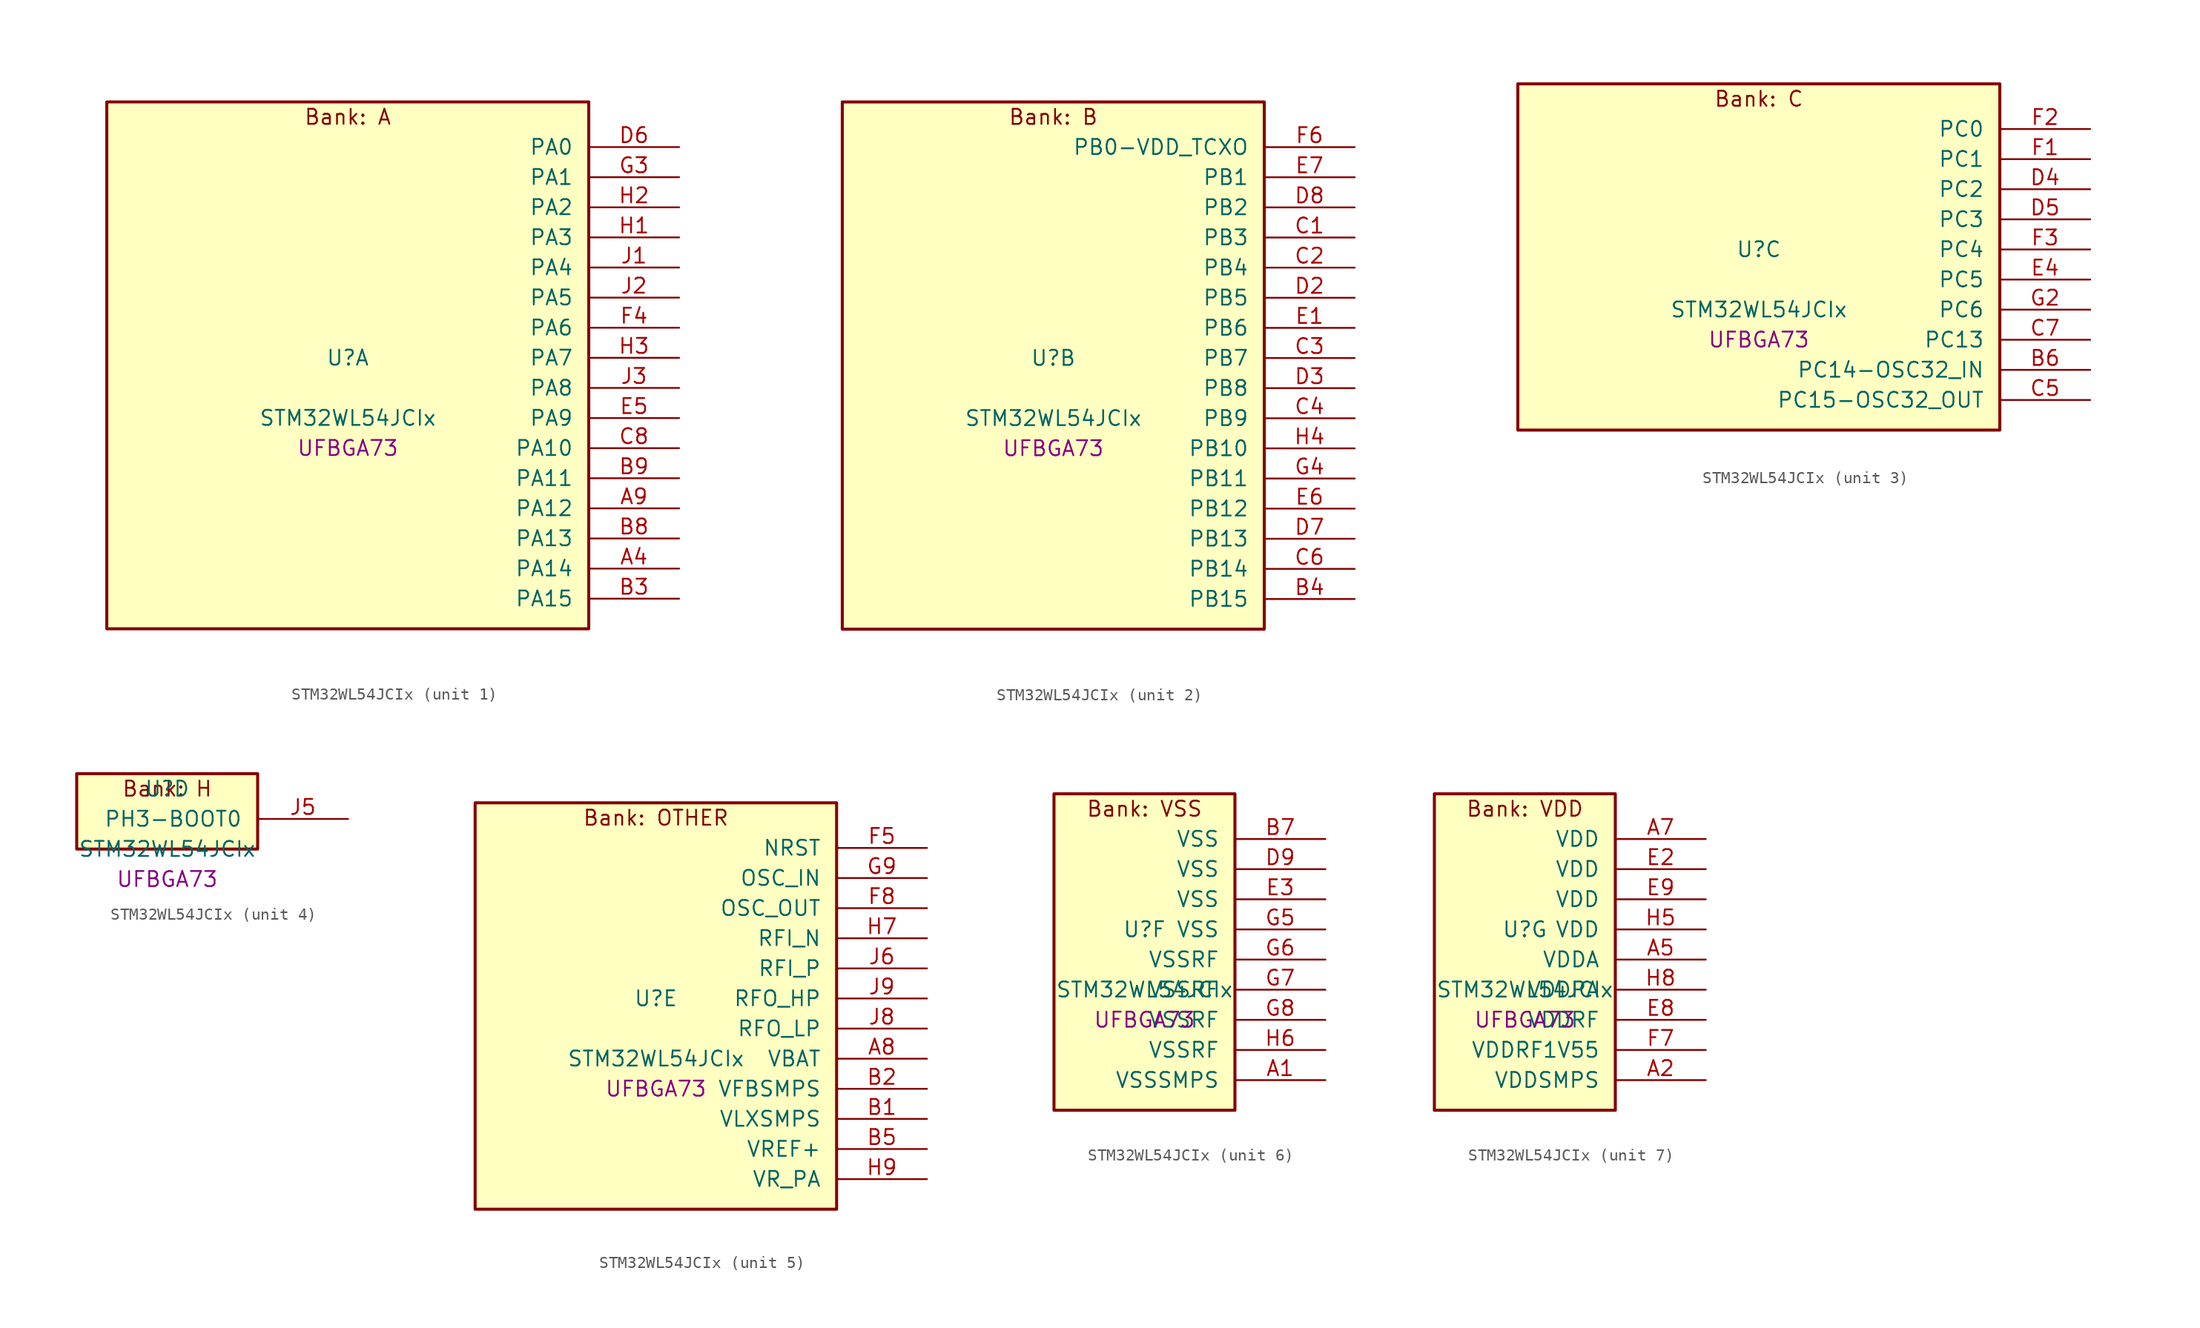
<source format=kicad_sym>
(kicad_symbol_lib
  (version 20241209)
  (generator "stm32_pkl_generator")
  (generator_version "1.0")
  (symbol "STM32WL54JCIx"
    (pin_names
      (offset 1.27))
    (property "Reference" "U"
      (at 0 2.54 0))
    (property "Value" "STM32WL54JCIx"
      (at 0 -2.54 0))
    (property "Footprint" "UFBGA73"
      (at 0 -5.08 0))
    (symbol "STM32WL54JCIx_1_1"
      (rectangle (start -20.32 24.13) (end 20.32 -20.32) (stroke (width 0.254) (type solid)) (fill (type background)))
      (text "Bank: A" (at 0 22.86 0))
      (pin bidirectional line (at 27.94 20.32 180) (length 7.62) (name "PA0") (number "D6") (alternate "PA0/COMP1_OUT" bidirectional line) (alternate "PA0/DEBUG_PWR-REGLP1S" bidirectional line) (alternate "PA0/I2C3_SMBA" bidirectional line) (alternate "PA0/I2S_CKIN" bidirectional line) (alternate "PA0/PWR_WKUP1" bidirectional line) (alternate "PA0/RTC_TAMP_IN2" bidirectional line) (alternate "PA0/TIM2_CH1" bidirectional line) (alternate "PA0/TIM2_ETR" bidirectional line) (alternate "PA0/USART2_CTS" bidirectional line) (alternate "PA0/USART2_NSS" bidirectional line))
      (pin bidirectional line (at 27.94 17.78 180) (length 7.62) (name "PA1") (number "G3") (alternate "PA1/DEBUG_PWR-REGLP2S" bidirectional line) (alternate "PA1/I2C1_SMBA" bidirectional line) (alternate "PA1/LPTIM3_OUT" bidirectional line) (alternate "PA1/LPUART1_RTS" bidirectional line) (alternate "PA1/SPI1_SCK" bidirectional line) (alternate "PA1/TIM2_CH2" bidirectional line) (alternate "PA1/USART2_DE" bidirectional line) (alternate "PA1/USART2_RTS" bidirectional line))
      (pin bidirectional line (at 27.94 15.24 180) (length 7.62) (name "PA2") (number "H2") (alternate "PA2/COMP2_OUT" bidirectional line) (alternate "PA2/DEBUG_PWR-LDORDY" bidirectional line) (alternate "PA2/LPUART1_TX" bidirectional line) (alternate "PA2/RCC_LSCO" bidirectional line) (alternate "PA2/TIM2_CH3" bidirectional line) (alternate "PA2/USART2_TX" bidirectional line))
      (pin bidirectional line (at 27.94 12.7 180) (length 7.62) (name "PA3") (number "H1") (alternate "PA3/I2S2_MCK" bidirectional line) (alternate "PA3/LPUART1_RX" bidirectional line) (alternate "PA3/TIM2_CH4" bidirectional line) (alternate "PA3/USART2_RX" bidirectional line))
      (pin bidirectional line (at 27.94 10.16 180) (length 7.62) (name "PA4") (number "J1") (alternate "PA4/DEBUG_SUBGHZSPI-NSSOUT" bidirectional line) (alternate "PA4/LPTIM1_OUT" bidirectional line) (alternate "PA4/LPTIM2_OUT" bidirectional line) (alternate "PA4/RTC_OUT2" bidirectional line) (alternate "PA4/SPI1_NSS" bidirectional line) (alternate "PA4/USART2_CK" bidirectional line))
      (pin bidirectional line (at 27.94 7.62 180) (length 7.62) (name "PA5") (number "J2") (alternate "PA5/DEBUG_SUBGHZSPI-SCKOUT" bidirectional line) (alternate "PA5/LPTIM2_ETR" bidirectional line) (alternate "PA5/SPI1_SCK" bidirectional line) (alternate "PA5/SPI2_MISO" bidirectional line) (alternate "PA5/TIM2_CH1" bidirectional line) (alternate "PA5/TIM2_ETR" bidirectional line))
      (pin bidirectional line (at 27.94 5.08 180) (length 7.62) (name "PA6") (number "F4") (alternate "PA6/DEBUG_SUBGHZSPI-MISOOUT" bidirectional line) (alternate "PA6/I2C2_SMBA" bidirectional line) (alternate "PA6/LPUART1_CTS" bidirectional line) (alternate "PA6/SPI1_MISO" bidirectional line) (alternate "PA6/TIM16_CH1" bidirectional line) (alternate "PA6/TIM1_BKIN" bidirectional line))
      (pin bidirectional line (at 27.94 2.54 180) (length 7.62) (name "PA7") (number "H3") (alternate "PA7/COMP2_OUT" bidirectional line) (alternate "PA7/DEBUG_SUBGHZSPI-MOSIOUT" bidirectional line) (alternate "PA7/I2C3_SCL" bidirectional line) (alternate "PA7/SPI1_MOSI" bidirectional line) (alternate "PA7/TIM17_CH1" bidirectional line) (alternate "PA7/TIM1_CH1N" bidirectional line))
      (pin bidirectional line (at 27.94 0 180) (length 7.62) (name "PA8") (number "J3") (alternate "PA8/I2S2_CK" bidirectional line) (alternate "PA8/LPTIM2_OUT" bidirectional line) (alternate "PA8/RCC_MCO" bidirectional line) (alternate "PA8/SPI2_SCK" bidirectional line) (alternate "PA8/TIM1_CH1" bidirectional line) (alternate "PA8/USART1_CK" bidirectional line))
      (pin bidirectional line (at 27.94 -2.54 180) (length 7.62) (name "PA9") (number "E5") (alternate "PA9/DAC_EXTI9" bidirectional line) (alternate "PA9/I2C1_SCL" bidirectional line) (alternate "PA9/I2S2_CK" bidirectional line) (alternate "PA9/I2S2_WS" bidirectional line) (alternate "PA9/SPI2_NSS" bidirectional line) (alternate "PA9/SPI2_SCK" bidirectional line) (alternate "PA9/TIM1_CH2" bidirectional line) (alternate "PA9/USART1_TX" bidirectional line))
      (pin bidirectional line (at 27.94 -5.08 180) (length 7.62) (name "PA10") (number "C8") (alternate "PA10/ADC_IN6" bidirectional line) (alternate "PA10/COMP1_INM" bidirectional line) (alternate "PA10/COMP2_INM" bidirectional line) (alternate "PA10/DAC_OUT1" bidirectional line) (alternate "PA10/DEBUG_RF-HSE32RDY" bidirectional line) (alternate "PA10/I2C1_SDA" bidirectional line) (alternate "PA10/I2S2_SD" bidirectional line) (alternate "PA10/RTC_REFIN" bidirectional line) (alternate "PA10/SPI2_MOSI" bidirectional line) (alternate "PA10/TIM17_BKIN" bidirectional line) (alternate "PA10/TIM1_CH3" bidirectional line) (alternate "PA10/USART1_RX" bidirectional line))
      (pin bidirectional line (at 27.94 -7.62 180) (length 7.62) (name "PA11") (number "B9") (alternate "PA11/ADC_EXTI11" bidirectional line) (alternate "PA11/ADC_IN7" bidirectional line) (alternate "PA11/COMP1_INM" bidirectional line) (alternate "PA11/COMP2_INM" bidirectional line) (alternate "PA11/DEBUG_RF-NRESET" bidirectional line) (alternate "PA11/I2C2_SDA" bidirectional line) (alternate "PA11/LPTIM3_ETR" bidirectional line) (alternate "PA11/SPI1_MISO" bidirectional line) (alternate "PA11/TIM1_BKIN2" bidirectional line) (alternate "PA11/TIM1_CH4" bidirectional line) (alternate "PA11/USART1_CTS" bidirectional line) (alternate "PA11/USART1_NSS" bidirectional line))
      (pin bidirectional line (at 27.94 -10.16 180) (length 7.62) (name "PA12") (number "A9") (alternate "PA12/ADC_IN8" bidirectional line) (alternate "PA12/DEBUG_RF-BUSY" bidirectional line) (alternate "PA12/I2C2_SCL" bidirectional line) (alternate "PA12/LPTIM3_IN1" bidirectional line) (alternate "PA12/SPI1_MOSI" bidirectional line) (alternate "PA12/TIM1_ETR" bidirectional line) (alternate "PA12/USART1_DE" bidirectional line) (alternate "PA12/USART1_RTS" bidirectional line))
      (pin bidirectional line (at 27.94 -12.7 180) (length 7.62) (name "PA13") (number "B8") (alternate "PA13/ADC_IN9" bidirectional line) (alternate "PA13/DEBUG_JTMS-SWDIO" bidirectional line) (alternate "PA13/I2C2_SMBA" bidirectional line) (alternate "PA13/IR_OUT" bidirectional line))
      (pin bidirectional line (at 27.94 -15.24 180) (length 7.62) (name "PA14") (number "A4") (alternate "PA14/ADC_IN10" bidirectional line) (alternate "PA14/DEBUG_JTCK-SWCLK" bidirectional line) (alternate "PA14/I2C1_SMBA" bidirectional line) (alternate "PA14/LPTIM1_OUT" bidirectional line))
      (pin bidirectional line (at 27.94 -17.78 180) (length 7.62) (name "PA15") (number "B3") (alternate "PA15/ADC_IN11" bidirectional line) (alternate "PA15/COMP1_INM" bidirectional line) (alternate "PA15/COMP2_INP" bidirectional line) (alternate "PA15/DEBUG_JTDI" bidirectional line) (alternate "PA15/I2C2_SDA" bidirectional line) (alternate "PA15/SPI1_NSS" bidirectional line) (alternate "PA15/TIM2_CH1" bidirectional line) (alternate "PA15/TIM2_ETR" bidirectional line)))
    (symbol "STM32WL54JCIx_2_1"
      (rectangle (start -17.78 24.13) (end 17.78 -20.32) (stroke (width 0.254) (type solid)) (fill (type background)))
      (text "Bank: B" (at 0 22.86 0))
      (pin bidirectional line (at 25.4 20.32 180) (length 7.62) (name "PB0-VDD_TCXO") (number "F6") (alternate "PB0-VDD_TCXO/COMP1_OUT" bidirectional line) (alternate "PB0-VDD_TCXO/VDDTCXO" bidirectional line))
      (pin bidirectional line (at 25.4 17.78 180) (length 7.62) (name "PB1") (number "E7") (alternate "PB1/ADC_IN5" bidirectional line) (alternate "PB1/COMP2_INP" bidirectional line) (alternate "PB1/LPTIM2_IN1" bidirectional line) (alternate "PB1/LPUART1_DE" bidirectional line) (alternate "PB1/LPUART1_RTS" bidirectional line))
      (pin bidirectional line (at 25.4 15.24 180) (length 7.62) (name "PB2") (number "D8") (alternate "PB2/ADC_IN4" bidirectional line) (alternate "PB2/COMP1_INP" bidirectional line) (alternate "PB2/COMP2_INM" bidirectional line) (alternate "PB2/DEBUG_RF-SMPSRDY" bidirectional line) (alternate "PB2/I2C3_SMBA" bidirectional line) (alternate "PB2/LPTIM1_OUT" bidirectional line) (alternate "PB2/SPI1_NSS" bidirectional line))
      (pin bidirectional line (at 25.4 12.7 180) (length 7.62) (name "PB3") (number "C1") (alternate "PB3/ADC_IN2" bidirectional line) (alternate "PB3/COMP1_INM" bidirectional line) (alternate "PB3/COMP2_INM" bidirectional line) (alternate "PB3/DEBUG_JTDO-SWO" bidirectional line) (alternate "PB3/DEBUG_RF-DTB1" bidirectional line) (alternate "PB3/PWR_WKUP3" bidirectional line) (alternate "PB3/RTC_TAMP_IN3" bidirectional line) (alternate "PB3/SPI1_SCK" bidirectional line) (alternate "PB3/TIM2_CH2" bidirectional line) (alternate "PB3/USART1_DE" bidirectional line) (alternate "PB3/USART1_RTS" bidirectional line))
      (pin bidirectional line (at 25.4 10.16 180) (length 7.62) (name "PB4") (number "C2") (alternate "PB4/ADC_IN3" bidirectional line) (alternate "PB4/COMP1_INP" bidirectional line) (alternate "PB4/COMP2_INP" bidirectional line) (alternate "PB4/DEBUG_JTRST" bidirectional line) (alternate "PB4/DEBUG_RF-LDORDY" bidirectional line) (alternate "PB4/I2C3_SDA" bidirectional line) (alternate "PB4/SPI1_MISO" bidirectional line) (alternate "PB4/TIM17_BKIN" bidirectional line) (alternate "PB4/USART1_CTS" bidirectional line) (alternate "PB4/USART1_NSS" bidirectional line))
      (pin bidirectional line (at 25.4 7.62 180) (length 7.62) (name "PB5") (number "D2") (alternate "PB5/COMP2_OUT" bidirectional line) (alternate "PB5/I2C1_SMBA" bidirectional line) (alternate "PB5/LPTIM1_IN1" bidirectional line) (alternate "PB5/SPI1_MOSI" bidirectional line) (alternate "PB5/TIM16_BKIN" bidirectional line) (alternate "PB5/USART1_CK" bidirectional line))
      (pin bidirectional line (at 25.4 5.08 180) (length 7.62) (name "PB6") (number "E1") (alternate "PB6/I2C1_SCL" bidirectional line) (alternate "PB6/LPTIM1_ETR" bidirectional line) (alternate "PB6/TIM16_CH1N" bidirectional line) (alternate "PB6/USART1_TX" bidirectional line))
      (pin bidirectional line (at 25.4 2.54 180) (length 7.62) (name "PB7") (number "C3") (alternate "PB7/I2C1_SDA" bidirectional line) (alternate "PB7/LPTIM1_IN2" bidirectional line) (alternate "PB7/PWR_PVD_IN" bidirectional line) (alternate "PB7/TIM17_CH1N" bidirectional line) (alternate "PB7/TIM1_BKIN" bidirectional line) (alternate "PB7/USART1_RX" bidirectional line))
      (pin bidirectional line (at 25.4 0 180) (length 7.62) (name "PB8") (number "D3") (alternate "PB8/I2C1_SCL" bidirectional line) (alternate "PB8/TIM16_CH1" bidirectional line) (alternate "PB8/TIM1_CH2N" bidirectional line))
      (pin bidirectional line (at 25.4 -2.54 180) (length 7.62) (name "PB9") (number "C4") (alternate "PB9/DAC_EXTI9" bidirectional line) (alternate "PB9/I2C1_SDA" bidirectional line) (alternate "PB9/I2S2_WS" bidirectional line) (alternate "PB9/IR_OUT" bidirectional line) (alternate "PB9/SPI2_NSS" bidirectional line) (alternate "PB9/TIM17_CH1" bidirectional line) (alternate "PB9/TIM1_CH3N" bidirectional line))
      (pin bidirectional line (at 25.4 -5.08 180) (length 7.62) (name "PB10") (number "H4") (alternate "PB10/COMP1_OUT" bidirectional line) (alternate "PB10/I2C3_SCL" bidirectional line) (alternate "PB10/I2S2_CK" bidirectional line) (alternate "PB10/LPUART1_RX" bidirectional line) (alternate "PB10/SPI2_SCK" bidirectional line) (alternate "PB10/TIM2_CH3" bidirectional line))
      (pin bidirectional line (at 25.4 -7.62 180) (length 7.62) (name "PB11") (number "G4") (alternate "PB11/ADC_EXTI11" bidirectional line) (alternate "PB11/COMP2_OUT" bidirectional line) (alternate "PB11/I2C3_SDA" bidirectional line) (alternate "PB11/LPUART1_TX" bidirectional line) (alternate "PB11/TIM2_CH4" bidirectional line))
      (pin bidirectional line (at 25.4 -10.16 180) (length 7.62) (name "PB12") (number "E6") (alternate "PB12/I2C3_SMBA" bidirectional line) (alternate "PB12/I2S2_WS" bidirectional line) (alternate "PB12/LPUART1_RTS" bidirectional line) (alternate "PB12/SPI2_NSS" bidirectional line) (alternate "PB12/TIM1_BKIN" bidirectional line))
      (pin bidirectional line (at 25.4 -12.7 180) (length 7.62) (name "PB13") (number "D7") (alternate "PB13/ADC_IN0" bidirectional line) (alternate "PB13/I2C3_SCL" bidirectional line) (alternate "PB13/I2S2_CK" bidirectional line) (alternate "PB13/LPUART1_CTS" bidirectional line) (alternate "PB13/SPI2_SCK" bidirectional line) (alternate "PB13/TIM1_CH1N" bidirectional line))
      (pin bidirectional line (at 25.4 -15.24 180) (length 7.62) (name "PB14") (number "C6") (alternate "PB14/ADC_IN1" bidirectional line) (alternate "PB14/I2C3_SDA" bidirectional line) (alternate "PB14/I2S2_MCK" bidirectional line) (alternate "PB14/SPI2_MISO" bidirectional line) (alternate "PB14/TIM1_CH2N" bidirectional line))
      (pin bidirectional line (at 25.4 -17.78 180) (length 7.62) (name "PB15") (number "B4") (alternate "PB15/I2C2_SCL" bidirectional line) (alternate "PB15/I2S2_SD" bidirectional line) (alternate "PB15/SPI2_MOSI" bidirectional line) (alternate "PB15/TIM1_CH3N" bidirectional line)))
    (symbol "STM32WL54JCIx_3_1"
      (rectangle (start -20.32 16.51) (end 20.32 -12.7) (stroke (width 0.254) (type solid)) (fill (type background)))
      (text "Bank: C" (at 0 15.24 0))
      (pin bidirectional line (at 27.94 12.7 180) (length 7.62) (name "PC0") (number "F2") (alternate "PC0/I2C3_SCL" bidirectional line) (alternate "PC0/LPTIM1_IN1" bidirectional line) (alternate "PC0/LPTIM2_IN1" bidirectional line) (alternate "PC0/LPUART1_RX" bidirectional line))
      (pin bidirectional line (at 27.94 10.16 180) (length 7.62) (name "PC1") (number "F1") (alternate "PC1/I2C3_SDA" bidirectional line) (alternate "PC1/I2S2_SD" bidirectional line) (alternate "PC1/LPTIM1_OUT" bidirectional line) (alternate "PC1/LPUART1_TX" bidirectional line) (alternate "PC1/SPI2_MOSI" bidirectional line))
      (pin bidirectional line (at 27.94 7.62 180) (length 7.62) (name "PC2") (number "D4") (alternate "PC2/LPTIM1_IN2" bidirectional line) (alternate "PC2/SPI2_MISO" bidirectional line))
      (pin bidirectional line (at 27.94 5.08 180) (length 7.62) (name "PC3") (number "D5") (alternate "PC3/I2S2_SD" bidirectional line) (alternate "PC3/LPTIM1_ETR" bidirectional line) (alternate "PC3/LPTIM2_ETR" bidirectional line) (alternate "PC3/SPI2_MOSI" bidirectional line))
      (pin bidirectional line (at 27.94 2.54 180) (length 7.62) (name "PC4") (number "F3"))
      (pin bidirectional line (at 27.94 0 180) (length 7.62) (name "PC5") (number "E4"))
      (pin bidirectional line (at 27.94 -2.54 180) (length 7.62) (name "PC6") (number "G2") (alternate "PC6/I2S2_MCK" bidirectional line))
      (pin bidirectional line (at 27.94 -5.08 180) (length 7.62) (name "PC13") (number "C7") (alternate "PC13/PWR_WKUP2" bidirectional line) (alternate "PC13/RTC_OUT1" bidirectional line) (alternate "PC13/RTC_TAMP_IN1" bidirectional line) (alternate "PC13/RTC_TS" bidirectional line))
      (pin bidirectional line (at 27.94 -7.62 180) (length 7.62) (name "PC14-OSC32_IN") (number "B6") (alternate "PC14-OSC32_IN/RCC_OSC32_IN" bidirectional line))
      (pin bidirectional line (at 27.94 -10.16 180) (length 7.62) (name "PC15-OSC32_OUT") (number "C5") (alternate "PC15-OSC32_OUT/RCC_OSC32_OUT" bidirectional line)))
    (symbol "STM32WL54JCIx_4_1"
      (rectangle (start -7.62 3.81) (end 7.62 -2.54) (stroke (width 0.254) (type solid)) (fill (type background)))
      (text "Bank: H" (at 0 2.54 0))
      (pin bidirectional line (at 15.24 0 180) (length 7.62) (name "PH3-BOOT0") (number "J5")))
    (symbol "STM32WL54JCIx_5_1"
      (rectangle (start -15.24 19.05) (end 15.24 -15.24) (stroke (width 0.254) (type solid)) (fill (type background)))
      (text "Bank: OTHER" (at 0 17.78 0))
      (pin input line (at 22.86 15.24 180) (length 7.62) (name "NRST") (number "F5"))
      (pin bidirectional line (at 22.86 12.7 180) (length 7.62) (name "OSC_IN") (number "G9") (alternate "OSC_IN/RCC_OSC_IN" bidirectional line))
      (pin bidirectional line (at 22.86 10.16 180) (length 7.62) (name "OSC_OUT") (number "F8") (alternate "OSC_OUT/RCC_OSC_OUT" bidirectional line))
      (pin bidirectional line (at 22.86 7.62 180) (length 7.62) (name "RFI_N") (number "H7"))
      (pin bidirectional line (at 22.86 5.08 180) (length 7.62) (name "RFI_P") (number "J6"))
      (pin bidirectional line (at 22.86 2.54 180) (length 7.62) (name "RFO_HP") (number "J9"))
      (pin bidirectional line (at 22.86 0 180) (length 7.62) (name "RFO_LP") (number "J8"))
      (pin power_in line (at 22.86 -2.54 180) (length 7.62) (name "VBAT") (number "A8"))
      (pin power_in line (at 22.86 -5.08 180) (length 7.62) (name "VFBSMPS") (number "B2"))
      (pin power_in line (at 22.86 -7.62 180) (length 7.62) (name "VLXSMPS") (number "B1"))
      (pin bidirectional line (at 22.86 -10.16 180) (length 7.62) (name "VREF+") (number "B5") (alternate "VREF+/VREFBUF_OUT" bidirectional line))
      (pin power_in line (at 22.86 -12.7 180) (length 7.62) (name "VR_PA") (number "H9")))
    (symbol "STM32WL54JCIx_6_1"
      (rectangle (start -7.62 13.97) (end 7.62 -12.7) (stroke (width 0.254) (type solid)) (fill (type background)))
      (text "Bank: VSS" (at 0 12.7 0))
      (pin power_in line (at 15.24 10.16 180) (length 7.62) (name "VSS") (number "B7"))
      (pin power_in line (at 15.24 7.62 180) (length 7.62) (name "VSS") (number "D9"))
      (pin power_in line (at 15.24 5.08 180) (length 7.62) (name "VSS") (number "E3"))
      (pin power_in line (at 15.24 2.54 180) (length 7.62) (name "VSS") (number "G5"))
      (pin power_in line (at 15.24 0 180) (length 7.62) (name "VSSRF") (number "G6"))
      (pin power_in line (at 15.24 -2.54 180) (length 7.62) (name "VSSRF") (number "G7"))
      (pin power_in line (at 15.24 -5.08 180) (length 7.62) (name "VSSRF") (number "G8"))
      (pin power_in line (at 15.24 -7.62 180) (length 7.62) (name "VSSRF") (number "H6"))
      (pin power_in line (at 15.24 -10.16 180) (length 7.62) (name "VSSSMPS") (number "A1")))
    (symbol "STM32WL54JCIx_7_1"
      (rectangle (start -7.62 13.97) (end 7.62 -12.7) (stroke (width 0.254) (type solid)) (fill (type background)))
      (text "Bank: VDD" (at 0 12.7 0))
      (pin power_in line (at 15.24 10.16 180) (length 7.62) (name "VDD") (number "A7"))
      (pin power_in line (at 15.24 7.62 180) (length 7.62) (name "VDD") (number "E2"))
      (pin power_in line (at 15.24 5.08 180) (length 7.62) (name "VDD") (number "E9"))
      (pin power_in line (at 15.24 2.54 180) (length 7.62) (name "VDD") (number "H5"))
      (pin power_in line (at 15.24 0 180) (length 7.62) (name "VDDA") (number "A5"))
      (pin power_in line (at 15.24 -2.54 180) (length 7.62) (name "VDDPA") (number "H8"))
      (pin power_in line (at 15.24 -5.08 180) (length 7.62) (name "VDDRF") (number "E8"))
      (pin power_in line (at 15.24 -7.62 180) (length 7.62) (name "VDDRF1V55") (number "F7"))
      (pin power_in line (at 15.24 -10.16 180) (length 7.62) (name "VDDSMPS") (number "A2")))))
</source>
